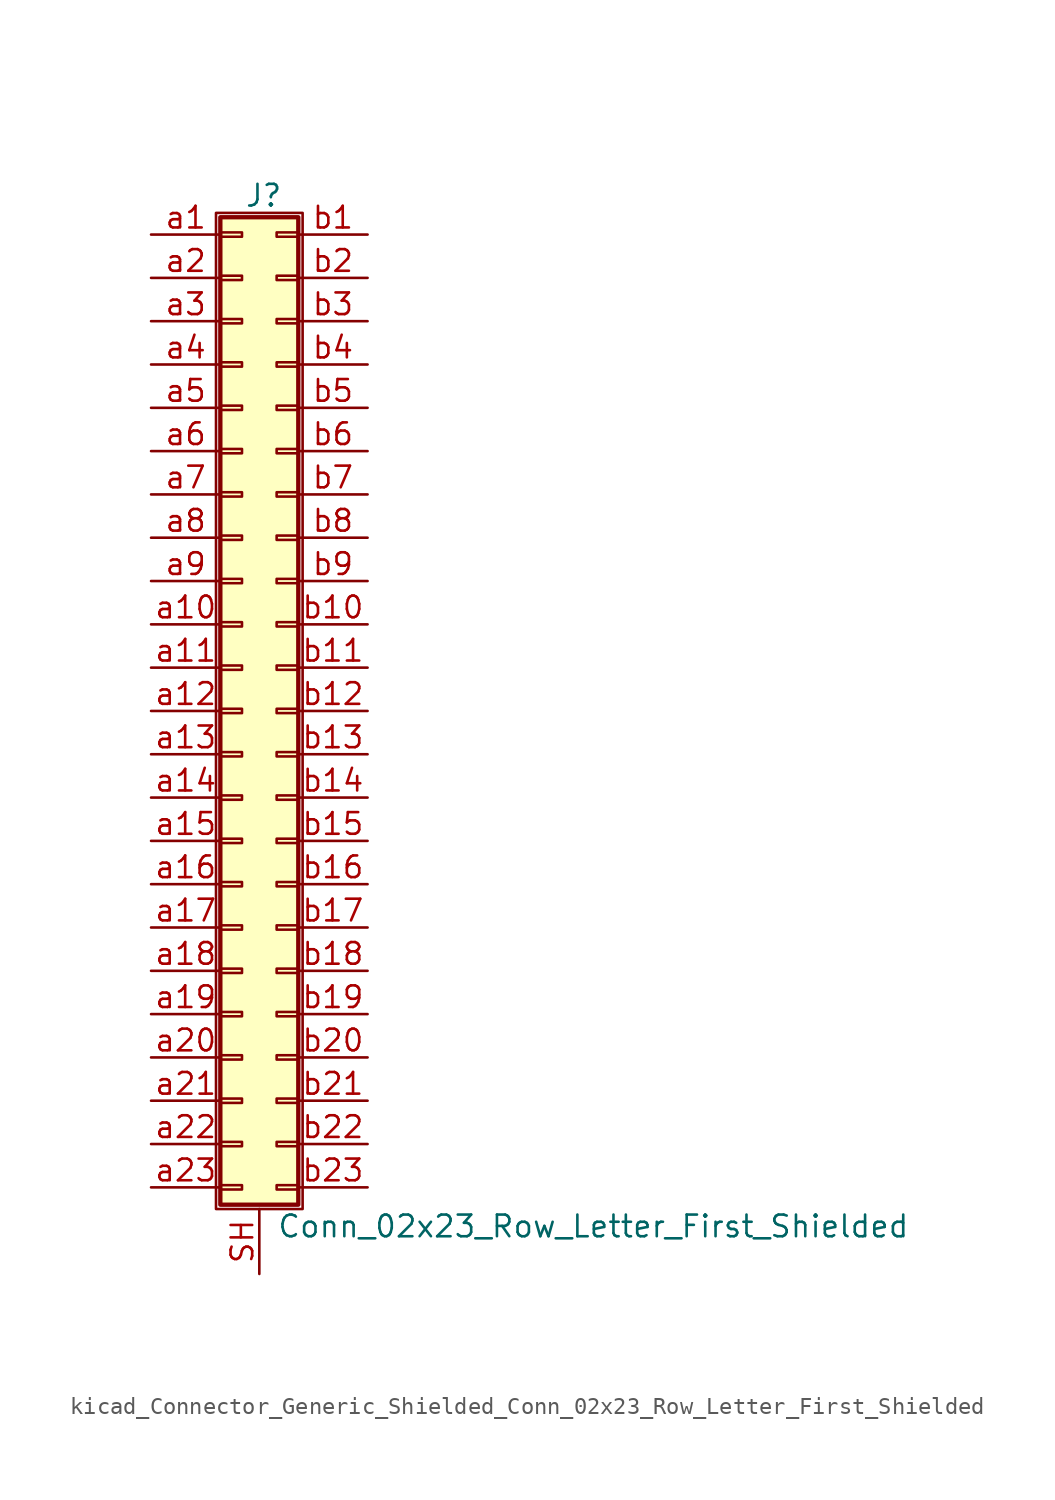
<source format=kicad_sym>
(kicad_symbol_lib
  (version 20220914)
  (generator kicad_symbol_editor)
  (symbol "kicad_Connector_Generic_Shielded_Conn_02x23_Row_Letter_First_Shielded"
    (pin_names
      (offset 1.016) hide)
    (property "Reference" "J"
      (at 1.524 30.226 0)
      (effects (font (size 1.27 1.27))))
    (property "Value" "Conn_02x23_Row_Letter_First_Shielded"
      (at 2.286 -30.226 0)
      (effects (font (size 1.27 1.27)) (justify left)))
    (symbol "kicad_Connector_Generic_Shielded_Conn_02x23_Row_Letter_First_Shielded_1_1"
      (rectangle (start -1.27 29.21) (end 3.81 -29.21) (stroke (width 0.152) (type default)) (fill (type none)))
      (rectangle (start -1.016 -27.813) (end 0.254 -28.067) (stroke (width 0.152) (type default)) (fill (type none)))
      (rectangle (start -1.016 -25.273) (end 0.254 -25.527) (stroke (width 0.152) (type default)) (fill (type none)))
      (rectangle (start -1.016 -22.733) (end 0.254 -22.987) (stroke (width 0.152) (type default)) (fill (type none)))
      (rectangle (start -1.016 -20.193) (end 0.254 -20.447) (stroke (width 0.152) (type default)) (fill (type none)))
      (rectangle (start -1.016 -17.653) (end 0.254 -17.907) (stroke (width 0.152) (type default)) (fill (type none)))
      (rectangle (start -1.016 -15.113) (end 0.254 -15.367) (stroke (width 0.152) (type default)) (fill (type none)))
      (rectangle (start -1.016 -12.573) (end 0.254 -12.827) (stroke (width 0.152) (type default)) (fill (type none)))
      (rectangle (start -1.016 -10.033) (end 0.254 -10.287) (stroke (width 0.152) (type default)) (fill (type none)))
      (rectangle (start -1.016 -7.493) (end 0.254 -7.747) (stroke (width 0.152) (type default)) (fill (type none)))
      (rectangle (start -1.016 -4.953) (end 0.254 -5.207) (stroke (width 0.152) (type default)) (fill (type none)))
      (rectangle (start -1.016 -2.413) (end 0.254 -2.667) (stroke (width 0.152) (type default)) (fill (type none)))
      (rectangle (start -1.016 0.127) (end 0.254 -0.127) (stroke (width 0.152) (type default)) (fill (type none)))
      (rectangle (start -1.016 2.667) (end 0.254 2.413) (stroke (width 0.152) (type default)) (fill (type none)))
      (rectangle (start -1.016 5.207) (end 0.254 4.953) (stroke (width 0.152) (type default)) (fill (type none)))
      (rectangle (start -1.016 7.747) (end 0.254 7.493) (stroke (width 0.152) (type default)) (fill (type none)))
      (rectangle (start -1.016 10.287) (end 0.254 10.033) (stroke (width 0.152) (type default)) (fill (type none)))
      (rectangle (start -1.016 12.827) (end 0.254 12.573) (stroke (width 0.152) (type default)) (fill (type none)))
      (rectangle (start -1.016 15.367) (end 0.254 15.113) (stroke (width 0.152) (type default)) (fill (type none)))
      (rectangle (start -1.016 17.907) (end 0.254 17.653) (stroke (width 0.152) (type default)) (fill (type none)))
      (rectangle (start -1.016 20.447) (end 0.254 20.193) (stroke (width 0.152) (type default)) (fill (type none)))
      (rectangle (start -1.016 22.987) (end 0.254 22.733) (stroke (width 0.152) (type default)) (fill (type none)))
      (rectangle (start -1.016 25.527) (end 0.254 25.273) (stroke (width 0.152) (type default)) (fill (type none)))
      (rectangle (start -1.016 28.067) (end 0.254 27.813) (stroke (width 0.152) (type default)) (fill (type none)))
      (rectangle (start -1.016 28.956) (end 3.556 -28.956) (stroke (width 0.254) (type default)) (fill (type background)))
      (rectangle (start 3.556 -27.813) (end 2.286 -28.067) (stroke (width 0.152) (type default)) (fill (type none)))
      (rectangle (start 3.556 -25.273) (end 2.286 -25.527) (stroke (width 0.152) (type default)) (fill (type none)))
      (rectangle (start 3.556 -22.733) (end 2.286 -22.987) (stroke (width 0.152) (type default)) (fill (type none)))
      (rectangle (start 3.556 -20.193) (end 2.286 -20.447) (stroke (width 0.152) (type default)) (fill (type none)))
      (rectangle (start 3.556 -17.653) (end 2.286 -17.907) (stroke (width 0.152) (type default)) (fill (type none)))
      (rectangle (start 3.556 -15.113) (end 2.286 -15.367) (stroke (width 0.152) (type default)) (fill (type none)))
      (rectangle (start 3.556 -12.573) (end 2.286 -12.827) (stroke (width 0.152) (type default)) (fill (type none)))
      (rectangle (start 3.556 -10.033) (end 2.286 -10.287) (stroke (width 0.152) (type default)) (fill (type none)))
      (rectangle (start 3.556 -7.493) (end 2.286 -7.747) (stroke (width 0.152) (type default)) (fill (type none)))
      (rectangle (start 3.556 -4.953) (end 2.286 -5.207) (stroke (width 0.152) (type default)) (fill (type none)))
      (rectangle (start 3.556 -2.413) (end 2.286 -2.667) (stroke (width 0.152) (type default)) (fill (type none)))
      (rectangle (start 3.556 0.127) (end 2.286 -0.127) (stroke (width 0.152) (type default)) (fill (type none)))
      (rectangle (start 3.556 2.667) (end 2.286 2.413) (stroke (width 0.152) (type default)) (fill (type none)))
      (rectangle (start 3.556 5.207) (end 2.286 4.953) (stroke (width 0.152) (type default)) (fill (type none)))
      (rectangle (start 3.556 7.747) (end 2.286 7.493) (stroke (width 0.152) (type default)) (fill (type none)))
      (rectangle (start 3.556 10.287) (end 2.286 10.033) (stroke (width 0.152) (type default)) (fill (type none)))
      (rectangle (start 3.556 12.827) (end 2.286 12.573) (stroke (width 0.152) (type default)) (fill (type none)))
      (rectangle (start 3.556 15.367) (end 2.286 15.113) (stroke (width 0.152) (type default)) (fill (type none)))
      (rectangle (start 3.556 17.907) (end 2.286 17.653) (stroke (width 0.152) (type default)) (fill (type none)))
      (rectangle (start 3.556 20.447) (end 2.286 20.193) (stroke (width 0.152) (type default)) (fill (type none)))
      (rectangle (start 3.556 22.987) (end 2.286 22.733) (stroke (width 0.152) (type default)) (fill (type none)))
      (rectangle (start 3.556 25.527) (end 2.286 25.273) (stroke (width 0.152) (type default)) (fill (type none)))
      (rectangle (start 3.556 28.067) (end 2.286 27.813) (stroke (width 0.152) (type default)) (fill (type none)))
      (pin passive line (at 1.27 -33.02 90) (length 3.81) (name "Shield" (effects (font (size 1.27 1.27)))) (number "SH" (effects (font (size 1.27 1.27)))))
      (pin passive line (at -5.08 27.94 0) (length 4.064) (name "Pin_a1" (effects (font (size 1.27 1.27)))) (number "a1" (effects (font (size 1.27 1.27)))))
      (pin passive line (at -5.08 5.08 0) (length 4.064) (name "Pin_a10" (effects (font (size 1.27 1.27)))) (number "a10" (effects (font (size 1.27 1.27)))))
      (pin passive line (at -5.08 2.54 0) (length 4.064) (name "Pin_a11" (effects (font (size 1.27 1.27)))) (number "a11" (effects (font (size 1.27 1.27)))))
      (pin passive line (at -5.08 0 0) (length 4.064) (name "Pin_a12" (effects (font (size 1.27 1.27)))) (number "a12" (effects (font (size 1.27 1.27)))))
      (pin passive line (at -5.08 -2.54 0) (length 4.064) (name "Pin_a13" (effects (font (size 1.27 1.27)))) (number "a13" (effects (font (size 1.27 1.27)))))
      (pin passive line (at -5.08 -5.08 0) (length 4.064) (name "Pin_a14" (effects (font (size 1.27 1.27)))) (number "a14" (effects (font (size 1.27 1.27)))))
      (pin passive line (at -5.08 -7.62 0) (length 4.064) (name "Pin_a15" (effects (font (size 1.27 1.27)))) (number "a15" (effects (font (size 1.27 1.27)))))
      (pin passive line (at -5.08 -10.16 0) (length 4.064) (name "Pin_a16" (effects (font (size 1.27 1.27)))) (number "a16" (effects (font (size 1.27 1.27)))))
      (pin passive line (at -5.08 -12.7 0) (length 4.064) (name "Pin_a17" (effects (font (size 1.27 1.27)))) (number "a17" (effects (font (size 1.27 1.27)))))
      (pin passive line (at -5.08 -15.24 0) (length 4.064) (name "Pin_a18" (effects (font (size 1.27 1.27)))) (number "a18" (effects (font (size 1.27 1.27)))))
      (pin passive line (at -5.08 -17.78 0) (length 4.064) (name "Pin_a19" (effects (font (size 1.27 1.27)))) (number "a19" (effects (font (size 1.27 1.27)))))
      (pin passive line (at -5.08 25.4 0) (length 4.064) (name "Pin_a2" (effects (font (size 1.27 1.27)))) (number "a2" (effects (font (size 1.27 1.27)))))
      (pin passive line (at -5.08 -20.32 0) (length 4.064) (name "Pin_a20" (effects (font (size 1.27 1.27)))) (number "a20" (effects (font (size 1.27 1.27)))))
      (pin passive line (at -5.08 -22.86 0) (length 4.064) (name "Pin_a21" (effects (font (size 1.27 1.27)))) (number "a21" (effects (font (size 1.27 1.27)))))
      (pin passive line (at -5.08 -25.4 0) (length 4.064) (name "Pin_a22" (effects (font (size 1.27 1.27)))) (number "a22" (effects (font (size 1.27 1.27)))))
      (pin passive line (at -5.08 -27.94 0) (length 4.064) (name "Pin_a23" (effects (font (size 1.27 1.27)))) (number "a23" (effects (font (size 1.27 1.27)))))
      (pin passive line (at -5.08 22.86 0) (length 4.064) (name "Pin_a3" (effects (font (size 1.27 1.27)))) (number "a3" (effects (font (size 1.27 1.27)))))
      (pin passive line (at -5.08 20.32 0) (length 4.064) (name "Pin_a4" (effects (font (size 1.27 1.27)))) (number "a4" (effects (font (size 1.27 1.27)))))
      (pin passive line (at -5.08 17.78 0) (length 4.064) (name "Pin_a5" (effects (font (size 1.27 1.27)))) (number "a5" (effects (font (size 1.27 1.27)))))
      (pin passive line (at -5.08 15.24 0) (length 4.064) (name "Pin_a6" (effects (font (size 1.27 1.27)))) (number "a6" (effects (font (size 1.27 1.27)))))
      (pin passive line (at -5.08 12.7 0) (length 4.064) (name "Pin_a7" (effects (font (size 1.27 1.27)))) (number "a7" (effects (font (size 1.27 1.27)))))
      (pin passive line (at -5.08 10.16 0) (length 4.064) (name "Pin_a8" (effects (font (size 1.27 1.27)))) (number "a8" (effects (font (size 1.27 1.27)))))
      (pin passive line (at -5.08 7.62 0) (length 4.064) (name "Pin_a9" (effects (font (size 1.27 1.27)))) (number "a9" (effects (font (size 1.27 1.27)))))
      (pin passive line (at 7.62 27.94 180) (length 4.064) (name "Pin_b1" (effects (font (size 1.27 1.27)))) (number "b1" (effects (font (size 1.27 1.27)))))
      (pin passive line (at 7.62 5.08 180) (length 4.064) (name "Pin_b10" (effects (font (size 1.27 1.27)))) (number "b10" (effects (font (size 1.27 1.27)))))
      (pin passive line (at 7.62 2.54 180) (length 4.064) (name "Pin_b11" (effects (font (size 1.27 1.27)))) (number "b11" (effects (font (size 1.27 1.27)))))
      (pin passive line (at 7.62 0 180) (length 4.064) (name "Pin_b12" (effects (font (size 1.27 1.27)))) (number "b12" (effects (font (size 1.27 1.27)))))
      (pin passive line (at 7.62 -2.54 180) (length 4.064) (name "Pin_b13" (effects (font (size 1.27 1.27)))) (number "b13" (effects (font (size 1.27 1.27)))))
      (pin passive line (at 7.62 -5.08 180) (length 4.064) (name "Pin_b14" (effects (font (size 1.27 1.27)))) (number "b14" (effects (font (size 1.27 1.27)))))
      (pin passive line (at 7.62 -7.62 180) (length 4.064) (name "Pin_b15" (effects (font (size 1.27 1.27)))) (number "b15" (effects (font (size 1.27 1.27)))))
      (pin passive line (at 7.62 -10.16 180) (length 4.064) (name "Pin_b16" (effects (font (size 1.27 1.27)))) (number "b16" (effects (font (size 1.27 1.27)))))
      (pin passive line (at 7.62 -12.7 180) (length 4.064) (name "Pin_b17" (effects (font (size 1.27 1.27)))) (number "b17" (effects (font (size 1.27 1.27)))))
      (pin passive line (at 7.62 -15.24 180) (length 4.064) (name "Pin_b18" (effects (font (size 1.27 1.27)))) (number "b18" (effects (font (size 1.27 1.27)))))
      (pin passive line (at 7.62 -17.78 180) (length 4.064) (name "Pin_b19" (effects (font (size 1.27 1.27)))) (number "b19" (effects (font (size 1.27 1.27)))))
      (pin passive line (at 7.62 25.4 180) (length 4.064) (name "Pin_b2" (effects (font (size 1.27 1.27)))) (number "b2" (effects (font (size 1.27 1.27)))))
      (pin passive line (at 7.62 -20.32 180) (length 4.064) (name "Pin_b20" (effects (font (size 1.27 1.27)))) (number "b20" (effects (font (size 1.27 1.27)))))
      (pin passive line (at 7.62 -22.86 180) (length 4.064) (name "Pin_b21" (effects (font (size 1.27 1.27)))) (number "b21" (effects (font (size 1.27 1.27)))))
      (pin passive line (at 7.62 -25.4 180) (length 4.064) (name "Pin_b22" (effects (font (size 1.27 1.27)))) (number "b22" (effects (font (size 1.27 1.27)))))
      (pin passive line (at 7.62 -27.94 180) (length 4.064) (name "Pin_b23" (effects (font (size 1.27 1.27)))) (number "b23" (effects (font (size 1.27 1.27)))))
      (pin passive line (at 7.62 22.86 180) (length 4.064) (name "Pin_b3" (effects (font (size 1.27 1.27)))) (number "b3" (effects (font (size 1.27 1.27)))))
      (pin passive line (at 7.62 20.32 180) (length 4.064) (name "Pin_b4" (effects (font (size 1.27 1.27)))) (number "b4" (effects (font (size 1.27 1.27)))))
      (pin passive line (at 7.62 17.78 180) (length 4.064) (name "Pin_b5" (effects (font (size 1.27 1.27)))) (number "b5" (effects (font (size 1.27 1.27)))))
      (pin passive line (at 7.62 15.24 180) (length 4.064) (name "Pin_b6" (effects (font (size 1.27 1.27)))) (number "b6" (effects (font (size 1.27 1.27)))))
      (pin passive line (at 7.62 12.7 180) (length 4.064) (name "Pin_b7" (effects (font (size 1.27 1.27)))) (number "b7" (effects (font (size 1.27 1.27)))))
      (pin passive line (at 7.62 10.16 180) (length 4.064) (name "Pin_b8" (effects (font (size 1.27 1.27)))) (number "b8" (effects (font (size 1.27 1.27)))))
      (pin passive line (at 7.62 7.62 180) (length 4.064) (name "Pin_b9" (effects (font (size 1.27 1.27)))) (number "b9" (effects (font (size 1.27 1.27))))))))
</source>
